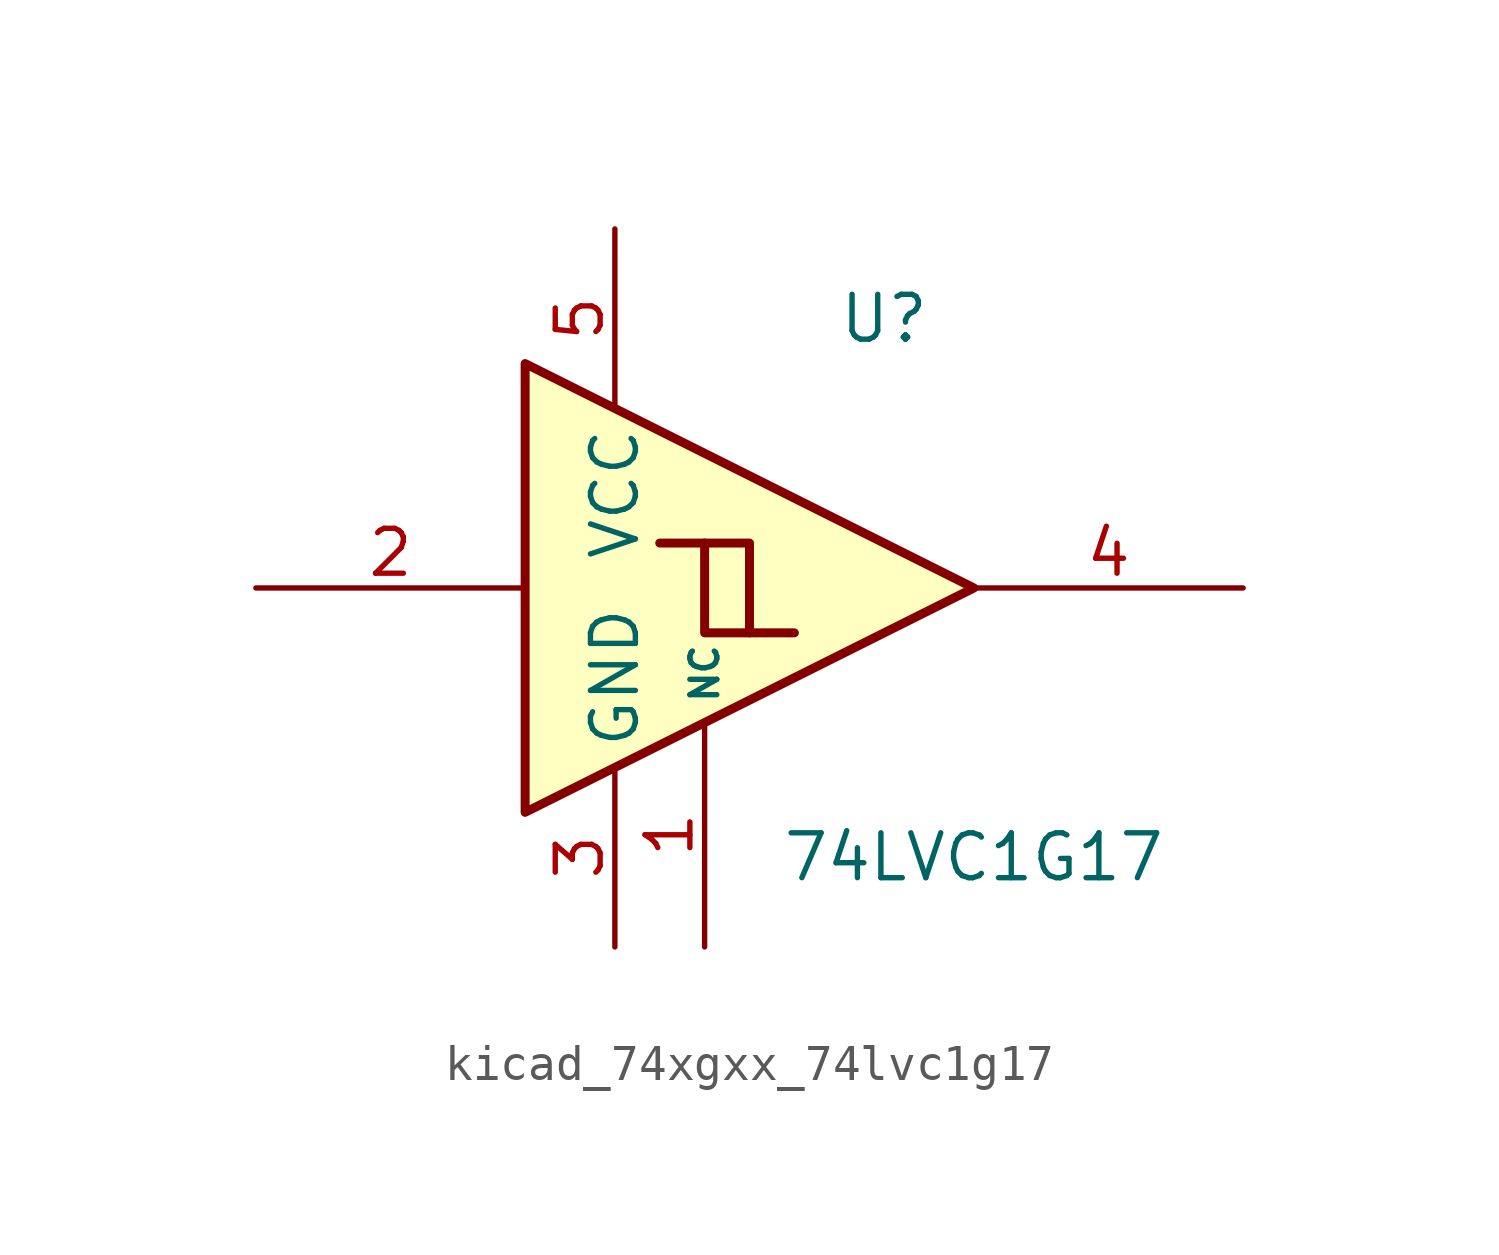
<source format=kicad_sym>
(kicad_symbol_lib
  (version 20220914)
  (generator kicad_symbol_editor)
  (symbol "kicad_74xgxx_74lvc1g17"
    (property "Reference" "U"
      (at 2.54 7.62 0)
      (effects (font (size 1.27 1.27))))
    (property "Value" "74LVC1G17"
      (at 5.08 -7.62 0)
      (effects (font (size 1.27 1.27))))
    (symbol "kicad_74xgxx_74lvc1g17_0_1"
      (polyline (pts (xy -2.54 1.27) (xy -1.27 1.27) (xy -1.27 -1.27)) (stroke (width 0.254) (type default)) (fill (type background)))
      (polyline (pts (xy -7.62 6.35) (xy -7.62 -6.35) (xy 5.08 0) (xy -7.62 6.35)) (stroke (width 0.254) (type default)) (fill (type background)))
      (polyline (pts (xy -3.81 1.27) (xy -2.54 1.27) (xy -2.54 -1.27) (xy 0 -1.27)) (stroke (width 0.254) (type default)) (fill (type background))))
    (symbol "kicad_74xgxx_74lvc1g17_1_1"
      (pin free line (at -2.54 -10.16 90) (length 6.35) (name "NC" (effects (font (size 0.762 0.762)))) (number "1" (effects (font (size 1.27 1.27)))))
      (pin input line (at -15.24 0 0) (length 7.62) (name "~" (effects (font (size 1.27 1.27)))) (number "2" (effects (font (size 1.27 1.27)))))
      (pin power_in line (at -5.08 -10.16 90) (length 5.08) (name "GND" (effects (font (size 1.27 1.27)))) (number "3" (effects (font (size 1.27 1.27)))))
      (pin output line (at 12.7 0 180) (length 7.62) (name "~" (effects (font (size 1.27 1.27)))) (number "4" (effects (font (size 1.27 1.27)))))
      (pin power_in line (at -5.08 10.16 270) (length 5.08) (name "VCC" (effects (font (size 1.27 1.27)))) (number "5" (effects (font (size 1.27 1.27))))))))
</source>
